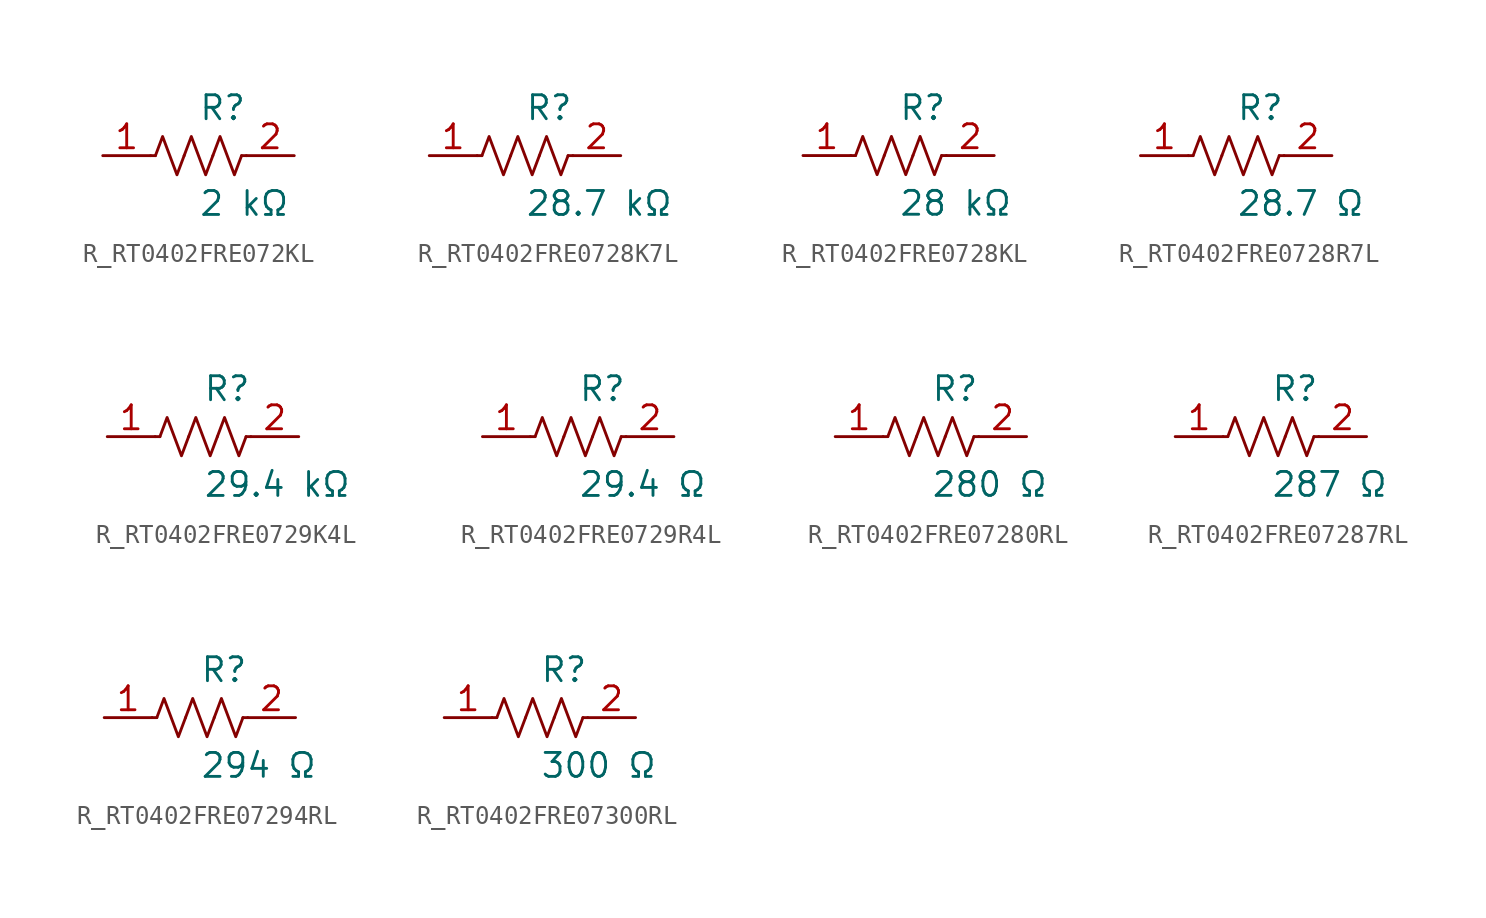
<source format=kicad_sym>
(kicad_symbol_lib
  (version 20231120)
  (generator kicad_symbol_editor)
  (generator_version 8.0)
  (symbol "R_RT0402FRE072KL"
    (pin_names
      (offset 0.254))
    (property "Reference" "R"
      (at 0.0 2.54 0)
      (effects (font (size 1.27 1.27)) (justify left)))
    (property "Value" "2 kΩ"
      (at 0.0 -2.54 0)
      (effects (font (size 1.27 1.27)) (justify left)))
    (symbol "R_RT0402FRE072KL_0_1"
      (polyline (pts (xy 2.286 0) (xy 2.54 0)) (stroke (width 0) (type default)) (fill (type none)))
      (polyline (pts (xy -2.286 0) (xy -2.54 0)) (stroke (width 0) (type default)) (fill (type none)))
      (polyline (pts (xy 0.762 0) (xy 1.143 1.016) (xy 1.524 0) (xy 1.905 -1.016) (xy 2.286 0)) (stroke (width 0) (type default)) (fill (type none)))
      (polyline (pts (xy -0.762 0) (xy -0.381 1.016) (xy 0 0) (xy 0.381 -1.016) (xy 0.762 0)) (stroke (width 0) (type default)) (fill (type none)))
      (polyline (pts (xy -2.286 0) (xy -1.905 1.016) (xy -1.524 0) (xy -1.143 -1.016) (xy -0.762 0)) (stroke (width 0) (type default)) (fill (type none))))
    (pin unspecified line
      (at -5.08 0 0)
      (length 2.54)
      (name "" (effects (font (size 1.27 1.27))))
      (number "1" (effects (font (size 1.27 1.27)))))
    (pin unspecified line
      (at 5.08 0 180)
      (length 2.54)
      (name "" (effects (font (size 1.27 1.27))))
      (number "2" (effects (font (size 1.27 1.27))))))
  (symbol "R_RT0402FRE0728K7L"
    (pin_names
      (offset 0.254))
    (property "Reference" "R"
      (at 0.0 2.54 0)
      (effects (font (size 1.27 1.27)) (justify left)))
    (property "Value" "28.7 kΩ"
      (at 0.0 -2.54 0)
      (effects (font (size 1.27 1.27)) (justify left)))
    (symbol "R_RT0402FRE0728K7L_0_1"
      (polyline (pts (xy 2.286 0) (xy 2.54 0)) (stroke (width 0) (type default)) (fill (type none)))
      (polyline (pts (xy -2.286 0) (xy -2.54 0)) (stroke (width 0) (type default)) (fill (type none)))
      (polyline (pts (xy 0.762 0) (xy 1.143 1.016) (xy 1.524 0) (xy 1.905 -1.016) (xy 2.286 0)) (stroke (width 0) (type default)) (fill (type none)))
      (polyline (pts (xy -0.762 0) (xy -0.381 1.016) (xy 0 0) (xy 0.381 -1.016) (xy 0.762 0)) (stroke (width 0) (type default)) (fill (type none)))
      (polyline (pts (xy -2.286 0) (xy -1.905 1.016) (xy -1.524 0) (xy -1.143 -1.016) (xy -0.762 0)) (stroke (width 0) (type default)) (fill (type none))))
    (pin unspecified line
      (at -5.08 0 0)
      (length 2.54)
      (name "" (effects (font (size 1.27 1.27))))
      (number "1" (effects (font (size 1.27 1.27)))))
    (pin unspecified line
      (at 5.08 0 180)
      (length 2.54)
      (name "" (effects (font (size 1.27 1.27))))
      (number "2" (effects (font (size 1.27 1.27))))))
  (symbol "R_RT0402FRE0728KL"
    (pin_names
      (offset 0.254))
    (property "Reference" "R"
      (at 0.0 2.54 0)
      (effects (font (size 1.27 1.27)) (justify left)))
    (property "Value" "28 kΩ"
      (at 0.0 -2.54 0)
      (effects (font (size 1.27 1.27)) (justify left)))
    (symbol "R_RT0402FRE0728KL_0_1"
      (polyline (pts (xy 2.286 0) (xy 2.54 0)) (stroke (width 0) (type default)) (fill (type none)))
      (polyline (pts (xy -2.286 0) (xy -2.54 0)) (stroke (width 0) (type default)) (fill (type none)))
      (polyline (pts (xy 0.762 0) (xy 1.143 1.016) (xy 1.524 0) (xy 1.905 -1.016) (xy 2.286 0)) (stroke (width 0) (type default)) (fill (type none)))
      (polyline (pts (xy -0.762 0) (xy -0.381 1.016) (xy 0 0) (xy 0.381 -1.016) (xy 0.762 0)) (stroke (width 0) (type default)) (fill (type none)))
      (polyline (pts (xy -2.286 0) (xy -1.905 1.016) (xy -1.524 0) (xy -1.143 -1.016) (xy -0.762 0)) (stroke (width 0) (type default)) (fill (type none))))
    (pin unspecified line
      (at -5.08 0 0)
      (length 2.54)
      (name "" (effects (font (size 1.27 1.27))))
      (number "1" (effects (font (size 1.27 1.27)))))
    (pin unspecified line
      (at 5.08 0 180)
      (length 2.54)
      (name "" (effects (font (size 1.27 1.27))))
      (number "2" (effects (font (size 1.27 1.27))))))
  (symbol "R_RT0402FRE0728R7L"
    (pin_names
      (offset 0.254))
    (property "Reference" "R"
      (at 0.0 2.54 0)
      (effects (font (size 1.27 1.27)) (justify left)))
    (property "Value" "28.7 Ω"
      (at 0.0 -2.54 0)
      (effects (font (size 1.27 1.27)) (justify left)))
    (symbol "R_RT0402FRE0728R7L_0_1"
      (polyline (pts (xy 2.286 0) (xy 2.54 0)) (stroke (width 0) (type default)) (fill (type none)))
      (polyline (pts (xy -2.286 0) (xy -2.54 0)) (stroke (width 0) (type default)) (fill (type none)))
      (polyline (pts (xy 0.762 0) (xy 1.143 1.016) (xy 1.524 0) (xy 1.905 -1.016) (xy 2.286 0)) (stroke (width 0) (type default)) (fill (type none)))
      (polyline (pts (xy -0.762 0) (xy -0.381 1.016) (xy 0 0) (xy 0.381 -1.016) (xy 0.762 0)) (stroke (width 0) (type default)) (fill (type none)))
      (polyline (pts (xy -2.286 0) (xy -1.905 1.016) (xy -1.524 0) (xy -1.143 -1.016) (xy -0.762 0)) (stroke (width 0) (type default)) (fill (type none))))
    (pin unspecified line
      (at -5.08 0 0)
      (length 2.54)
      (name "" (effects (font (size 1.27 1.27))))
      (number "1" (effects (font (size 1.27 1.27)))))
    (pin unspecified line
      (at 5.08 0 180)
      (length 2.54)
      (name "" (effects (font (size 1.27 1.27))))
      (number "2" (effects (font (size 1.27 1.27))))))
  (symbol "R_RT0402FRE0729K4L"
    (pin_names
      (offset 0.254))
    (property "Reference" "R"
      (at 0.0 2.54 0)
      (effects (font (size 1.27 1.27)) (justify left)))
    (property "Value" "29.4 kΩ"
      (at 0.0 -2.54 0)
      (effects (font (size 1.27 1.27)) (justify left)))
    (symbol "R_RT0402FRE0729K4L_0_1"
      (polyline (pts (xy 2.286 0) (xy 2.54 0)) (stroke (width 0) (type default)) (fill (type none)))
      (polyline (pts (xy -2.286 0) (xy -2.54 0)) (stroke (width 0) (type default)) (fill (type none)))
      (polyline (pts (xy 0.762 0) (xy 1.143 1.016) (xy 1.524 0) (xy 1.905 -1.016) (xy 2.286 0)) (stroke (width 0) (type default)) (fill (type none)))
      (polyline (pts (xy -0.762 0) (xy -0.381 1.016) (xy 0 0) (xy 0.381 -1.016) (xy 0.762 0)) (stroke (width 0) (type default)) (fill (type none)))
      (polyline (pts (xy -2.286 0) (xy -1.905 1.016) (xy -1.524 0) (xy -1.143 -1.016) (xy -0.762 0)) (stroke (width 0) (type default)) (fill (type none))))
    (pin unspecified line
      (at -5.08 0 0)
      (length 2.54)
      (name "" (effects (font (size 1.27 1.27))))
      (number "1" (effects (font (size 1.27 1.27)))))
    (pin unspecified line
      (at 5.08 0 180)
      (length 2.54)
      (name "" (effects (font (size 1.27 1.27))))
      (number "2" (effects (font (size 1.27 1.27))))))
  (symbol "R_RT0402FRE0729R4L"
    (pin_names
      (offset 0.254))
    (property "Reference" "R"
      (at 0.0 2.54 0)
      (effects (font (size 1.27 1.27)) (justify left)))
    (property "Value" "29.4 Ω"
      (at 0.0 -2.54 0)
      (effects (font (size 1.27 1.27)) (justify left)))
    (symbol "R_RT0402FRE0729R4L_0_1"
      (polyline (pts (xy 2.286 0) (xy 2.54 0)) (stroke (width 0) (type default)) (fill (type none)))
      (polyline (pts (xy -2.286 0) (xy -2.54 0)) (stroke (width 0) (type default)) (fill (type none)))
      (polyline (pts (xy 0.762 0) (xy 1.143 1.016) (xy 1.524 0) (xy 1.905 -1.016) (xy 2.286 0)) (stroke (width 0) (type default)) (fill (type none)))
      (polyline (pts (xy -0.762 0) (xy -0.381 1.016) (xy 0 0) (xy 0.381 -1.016) (xy 0.762 0)) (stroke (width 0) (type default)) (fill (type none)))
      (polyline (pts (xy -2.286 0) (xy -1.905 1.016) (xy -1.524 0) (xy -1.143 -1.016) (xy -0.762 0)) (stroke (width 0) (type default)) (fill (type none))))
    (pin unspecified line
      (at -5.08 0 0)
      (length 2.54)
      (name "" (effects (font (size 1.27 1.27))))
      (number "1" (effects (font (size 1.27 1.27)))))
    (pin unspecified line
      (at 5.08 0 180)
      (length 2.54)
      (name "" (effects (font (size 1.27 1.27))))
      (number "2" (effects (font (size 1.27 1.27))))))
  (symbol "R_RT0402FRE07280RL"
    (pin_names
      (offset 0.254))
    (property "Reference" "R"
      (at 0.0 2.54 0)
      (effects (font (size 1.27 1.27)) (justify left)))
    (property "Value" "280 Ω"
      (at 0.0 -2.54 0)
      (effects (font (size 1.27 1.27)) (justify left)))
    (symbol "R_RT0402FRE07280RL_0_1"
      (polyline (pts (xy 2.286 0) (xy 2.54 0)) (stroke (width 0) (type default)) (fill (type none)))
      (polyline (pts (xy -2.286 0) (xy -2.54 0)) (stroke (width 0) (type default)) (fill (type none)))
      (polyline (pts (xy 0.762 0) (xy 1.143 1.016) (xy 1.524 0) (xy 1.905 -1.016) (xy 2.286 0)) (stroke (width 0) (type default)) (fill (type none)))
      (polyline (pts (xy -0.762 0) (xy -0.381 1.016) (xy 0 0) (xy 0.381 -1.016) (xy 0.762 0)) (stroke (width 0) (type default)) (fill (type none)))
      (polyline (pts (xy -2.286 0) (xy -1.905 1.016) (xy -1.524 0) (xy -1.143 -1.016) (xy -0.762 0)) (stroke (width 0) (type default)) (fill (type none))))
    (pin unspecified line
      (at -5.08 0 0)
      (length 2.54)
      (name "" (effects (font (size 1.27 1.27))))
      (number "1" (effects (font (size 1.27 1.27)))))
    (pin unspecified line
      (at 5.08 0 180)
      (length 2.54)
      (name "" (effects (font (size 1.27 1.27))))
      (number "2" (effects (font (size 1.27 1.27))))))
  (symbol "R_RT0402FRE07287RL"
    (pin_names
      (offset 0.254))
    (property "Reference" "R"
      (at 0.0 2.54 0)
      (effects (font (size 1.27 1.27)) (justify left)))
    (property "Value" "287 Ω"
      (at 0.0 -2.54 0)
      (effects (font (size 1.27 1.27)) (justify left)))
    (symbol "R_RT0402FRE07287RL_0_1"
      (polyline (pts (xy 2.286 0) (xy 2.54 0)) (stroke (width 0) (type default)) (fill (type none)))
      (polyline (pts (xy -2.286 0) (xy -2.54 0)) (stroke (width 0) (type default)) (fill (type none)))
      (polyline (pts (xy 0.762 0) (xy 1.143 1.016) (xy 1.524 0) (xy 1.905 -1.016) (xy 2.286 0)) (stroke (width 0) (type default)) (fill (type none)))
      (polyline (pts (xy -0.762 0) (xy -0.381 1.016) (xy 0 0) (xy 0.381 -1.016) (xy 0.762 0)) (stroke (width 0) (type default)) (fill (type none)))
      (polyline (pts (xy -2.286 0) (xy -1.905 1.016) (xy -1.524 0) (xy -1.143 -1.016) (xy -0.762 0)) (stroke (width 0) (type default)) (fill (type none))))
    (pin unspecified line
      (at -5.08 0 0)
      (length 2.54)
      (name "" (effects (font (size 1.27 1.27))))
      (number "1" (effects (font (size 1.27 1.27)))))
    (pin unspecified line
      (at 5.08 0 180)
      (length 2.54)
      (name "" (effects (font (size 1.27 1.27))))
      (number "2" (effects (font (size 1.27 1.27))))))
  (symbol "R_RT0402FRE07294RL"
    (pin_names
      (offset 0.254))
    (property "Reference" "R"
      (at 0.0 2.54 0)
      (effects (font (size 1.27 1.27)) (justify left)))
    (property "Value" "294 Ω"
      (at 0.0 -2.54 0)
      (effects (font (size 1.27 1.27)) (justify left)))
    (symbol "R_RT0402FRE07294RL_0_1"
      (polyline (pts (xy 2.286 0) (xy 2.54 0)) (stroke (width 0) (type default)) (fill (type none)))
      (polyline (pts (xy -2.286 0) (xy -2.54 0)) (stroke (width 0) (type default)) (fill (type none)))
      (polyline (pts (xy 0.762 0) (xy 1.143 1.016) (xy 1.524 0) (xy 1.905 -1.016) (xy 2.286 0)) (stroke (width 0) (type default)) (fill (type none)))
      (polyline (pts (xy -0.762 0) (xy -0.381 1.016) (xy 0 0) (xy 0.381 -1.016) (xy 0.762 0)) (stroke (width 0) (type default)) (fill (type none)))
      (polyline (pts (xy -2.286 0) (xy -1.905 1.016) (xy -1.524 0) (xy -1.143 -1.016) (xy -0.762 0)) (stroke (width 0) (type default)) (fill (type none))))
    (pin unspecified line
      (at -5.08 0 0)
      (length 2.54)
      (name "" (effects (font (size 1.27 1.27))))
      (number "1" (effects (font (size 1.27 1.27)))))
    (pin unspecified line
      (at 5.08 0 180)
      (length 2.54)
      (name "" (effects (font (size 1.27 1.27))))
      (number "2" (effects (font (size 1.27 1.27))))))
  (symbol "R_RT0402FRE07300RL"
    (pin_names
      (offset 0.254))
    (property "Reference" "R"
      (at 0.0 2.54 0)
      (effects (font (size 1.27 1.27)) (justify left)))
    (property "Value" "300 Ω"
      (at 0.0 -2.54 0)
      (effects (font (size 1.27 1.27)) (justify left)))
    (symbol "R_RT0402FRE07300RL_0_1"
      (polyline (pts (xy 2.286 0) (xy 2.54 0)) (stroke (width 0) (type default)) (fill (type none)))
      (polyline (pts (xy -2.286 0) (xy -2.54 0)) (stroke (width 0) (type default)) (fill (type none)))
      (polyline (pts (xy 0.762 0) (xy 1.143 1.016) (xy 1.524 0) (xy 1.905 -1.016) (xy 2.286 0)) (stroke (width 0) (type default)) (fill (type none)))
      (polyline (pts (xy -0.762 0) (xy -0.381 1.016) (xy 0 0) (xy 0.381 -1.016) (xy 0.762 0)) (stroke (width 0) (type default)) (fill (type none)))
      (polyline (pts (xy -2.286 0) (xy -1.905 1.016) (xy -1.524 0) (xy -1.143 -1.016) (xy -0.762 0)) (stroke (width 0) (type default)) (fill (type none))))
    (pin unspecified line
      (at -5.08 0 0)
      (length 2.54)
      (name "" (effects (font (size 1.27 1.27))))
      (number "1" (effects (font (size 1.27 1.27)))))
    (pin unspecified line
      (at 5.08 0 180)
      (length 2.54)
      (name "" (effects (font (size 1.27 1.27))))
      (number "2" (effects (font (size 1.27 1.27)))))))
</source>
